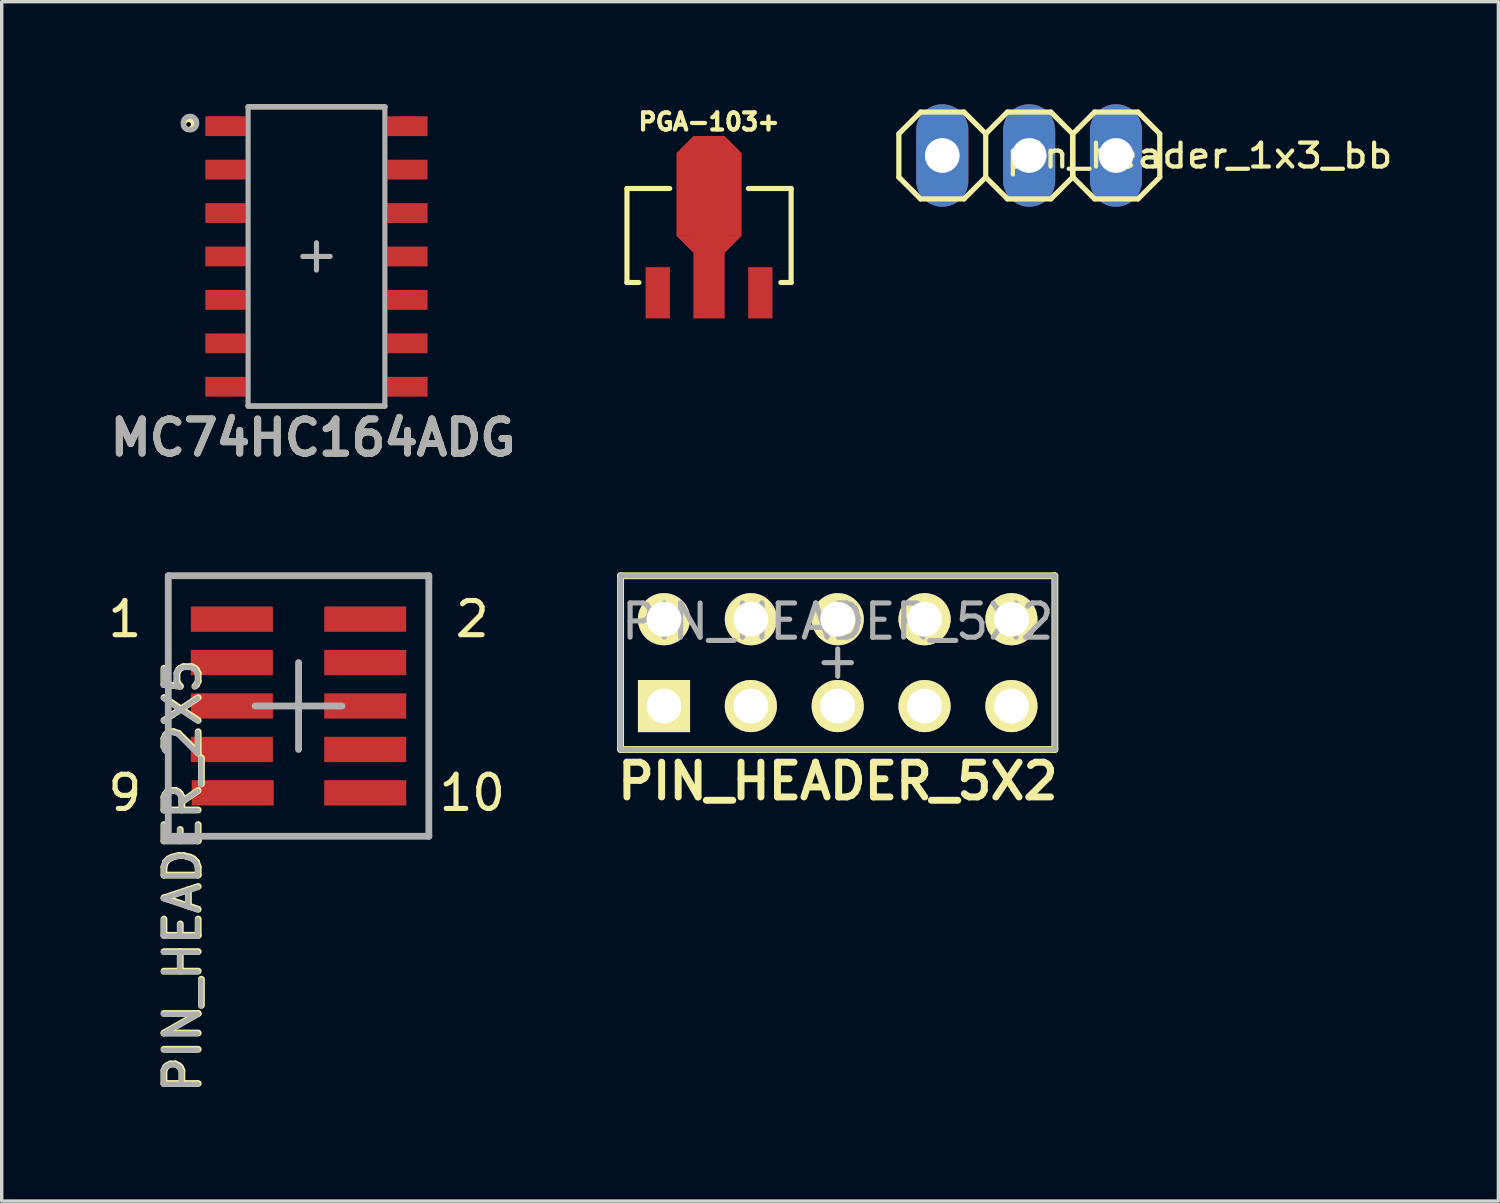
<source format=kicad_pcb>
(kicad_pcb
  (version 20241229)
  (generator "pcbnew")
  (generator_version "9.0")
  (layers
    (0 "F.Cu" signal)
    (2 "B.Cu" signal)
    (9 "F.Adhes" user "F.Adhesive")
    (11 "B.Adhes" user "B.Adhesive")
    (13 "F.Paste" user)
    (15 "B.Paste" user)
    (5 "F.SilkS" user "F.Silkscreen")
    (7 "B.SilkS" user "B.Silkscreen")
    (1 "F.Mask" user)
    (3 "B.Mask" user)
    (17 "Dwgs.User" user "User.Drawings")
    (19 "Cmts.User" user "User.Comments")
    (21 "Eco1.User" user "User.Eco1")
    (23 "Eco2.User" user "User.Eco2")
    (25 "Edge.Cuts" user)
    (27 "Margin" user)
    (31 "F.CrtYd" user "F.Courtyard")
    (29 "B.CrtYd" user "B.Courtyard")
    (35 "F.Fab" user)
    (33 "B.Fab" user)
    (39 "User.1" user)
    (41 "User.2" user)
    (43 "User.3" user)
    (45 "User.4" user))
  (footprint "MC74HC164ADG"
    (layer "F.Cu")
    (at 6.205 4.45)
    (property "Reference" "MC74HC164ADG" (at -0.1 5.3 0) (layer "F.SilkS") (effects (font (size 1 1) (thickness 0.2))))
    (attr through_hole)
    (fp_line (start -2 -4.375) (end 2 -4.375) (stroke (width 0.15) (type solid)) (layer "F.SilkS"))
    (fp_line (start -2 4.375) (end 2 4.375) (stroke (width 0.15) (type solid)) (layer "F.SilkS"))
    (fp_circle (center -3.74 -3.86) (end -3.633 -3.76) (stroke (width 0.152) (type solid)) (fill no) (layer "F.SilkS"))
    (fp_line (start -2 -4.375) (end -2 4.375) (stroke (width 0.15) (type solid)) (layer "F.Fab"))
    (fp_line (start -2 -4.375) (end 2 -4.375) (stroke (width 0.15) (type solid)) (layer "F.Fab"))
    (fp_line (start -2 4.375) (end 2 4.375) (stroke (width 0.15) (type solid)) (layer "F.Fab"))
    (fp_line (start -0.4 0) (end 0.4 0) (stroke (width 0.15) (type solid)) (layer "F.Fab"))
    (fp_line (start 0 -0.4) (end 0 0.4) (stroke (width 0.15) (type solid)) (layer "F.Fab"))
    (fp_line (start 2 -4.375) (end 2 4.375) (stroke (width 0.15) (type solid)) (layer "F.Fab"))
    (fp_circle (center -3.7 -3.9) (end -3.5 -3.9) (stroke (width 0.15) (type solid)) (fill no) (layer "F.Fab"))
    (fp_text user "${REFERENCE}" (at -0.1 5.3 0) (layer "F.Fab") (effects (font (size 1 1) (thickness 0.2))))
    (pad "1" smd rect (at -2.66 -3.81) (size 1.18 0.58) (layers "F.Cu" "F.Mask" "F.Paste"))
    (pad "2" smd rect (at -2.66 -2.54) (size 1.18 0.58) (layers "F.Cu" "F.Mask" "F.Paste"))
    (pad "3" smd rect (at -2.66 -1.27) (size 1.18 0.58) (layers "F.Cu" "F.Mask" "F.Paste"))
    (pad "4" smd rect (at -2.66 0) (size 1.18 0.58) (layers "F.Cu" "F.Mask" "F.Paste"))
    (pad "5" smd rect (at -2.66 1.27) (size 1.18 0.58) (layers "F.Cu" "F.Mask" "F.Paste"))
    (pad "6" smd rect (at -2.66 2.54) (size 1.18 0.58) (layers "F.Cu" "F.Mask" "F.Paste"))
    (pad "7" smd rect (at -2.66 3.81) (size 1.18 0.58) (layers "F.Cu" "F.Mask" "F.Paste"))
    (pad "8" smd rect (at 2.66 3.81) (size 1.18 0.58) (layers "F.Cu" "F.Mask" "F.Paste"))
    (pad "9" smd rect (at 2.66 2.54) (size 1.18 0.58) (layers "F.Cu" "F.Mask" "F.Paste"))
    (pad "10" smd rect (at 2.66 1.27) (size 1.18 0.58) (layers "F.Cu" "F.Mask" "F.Paste"))
    (pad "11" smd rect (at 2.66 0) (size 1.18 0.58) (layers "F.Cu" "F.Mask" "F.Paste"))
    (pad "12" smd rect (at 2.66 -1.27) (size 1.18 0.58) (layers "F.Cu" "F.Mask" "F.Paste"))
    (pad "13" smd rect (at 2.66 -2.54) (size 1.18 0.58) (layers "F.Cu" "F.Mask" "F.Paste"))
    (pad "14" smd rect (at 2.66 -3.81) (size 1.18 0.58) (layers "F.Cu" "F.Mask" "F.Paste")))
  (footprint "PIN_HEADER_5X2"
    (layer "F.Cu")
    (at 21.448 16.328)
    (property "Reference" "PIN_HEADER_5X2" (at 0.004 3.468 0) (layer "F.SilkS") (effects (font (size 1.016 1.016) (thickness 0.203))))
    (attr through_hole)
    (fp_line (start -6.35 2.54) (end -6.35 -2.54) (stroke (width 0.203) (type solid)) (layer "F.SilkS"))
    (fp_line (start -6.35 2.54) (end 6.35 2.54) (stroke (width 0.2) (type solid)) (layer "F.SilkS"))
    (fp_line (start 6.35 -2.54) (end -6.35 -2.54) (stroke (width 0.2) (type solid)) (layer "F.SilkS"))
    (fp_line (start 6.35 -2.54) (end 6.35 2.54) (stroke (width 0.203) (type solid)) (layer "F.SilkS"))
    (fp_line (start -6.35 -2.54) (end 6.35 -2.54) (stroke (width 0.15) (type solid)) (layer "F.Fab"))
    (fp_line (start -6.35 2.54) (end -6.35 -2.54) (stroke (width 0.15) (type solid)) (layer "F.Fab"))
    (fp_line (start -0.4 0) (end 0.4 0) (stroke (width 0.15) (type solid)) (layer "F.Fab"))
    (fp_line (start 0 -0.4) (end 0 0.4) (stroke (width 0.15) (type solid)) (layer "F.Fab"))
    (fp_line (start 6.35 -2.54) (end 6.35 2.54) (stroke (width 0.15) (type solid)) (layer "F.Fab"))
    (fp_line (start 6.35 2.54) (end -6.35 2.54) (stroke (width 0.15) (type solid)) (layer "F.Fab"))
    (fp_circle (center -5.14 1.4) (end -4.94 1.2) (stroke (width 0.15) (type solid)) (fill no) (layer "F.Fab"))
    (fp_text user "${REFERENCE}" (at 0 -1.2 0) (layer "F.Fab") (effects (font (size 1 1) (thickness 0.15))))
    (pad "1" thru_hole rect (at -5.08 1.27) (size 1.524 1.524) (drill 1.016) (layers "*.Cu" "*.Mask" "F.SilkS"))
    (pad "2" thru_hole circle (at -5.08 -1.27) (size 1.524 1.524) (drill 1.016) (layers "*.Cu" "*.Mask" "F.SilkS"))
    (pad "3" thru_hole circle (at 0 1.27) (size 1.524 1.524) (drill 1.016) (layers "*.Cu" "*.Mask" "F.SilkS"))
    (pad "4" thru_hole circle (at 0 -1.27) (size 1.524 1.524) (drill 1.016) (layers "*.Cu" "*.Mask" "F.SilkS"))
    (pad "5" thru_hole circle (at -2.54 1.27) (size 1.524 1.524) (drill 1.016) (layers "*.Cu" "*.Mask" "F.SilkS"))
    (pad "5" thru_hole circle (at 2.54 1.27) (size 1.524 1.524) (drill 1.016) (layers "*.Cu" "*.Mask" "F.SilkS"))
    (pad "5" thru_hole circle (at 5.08 1.27) (size 1.524 1.524) (drill 1.016) (layers "*.Cu" "*.Mask" "F.SilkS"))
    (pad "6" thru_hole circle (at -2.54 -1.27) (size 1.524 1.524) (drill 1.016) (layers "*.Cu" "*.Mask" "F.SilkS"))
    (pad "6" thru_hole circle (at 2.54 -1.27) (size 1.524 1.524) (drill 1.016) (layers "*.Cu" "*.Mask" "F.SilkS"))
    (pad "6" thru_hole circle (at 5.08 -1.27) (size 1.524 1.524) (drill 1.016) (layers "*.Cu" "*.Mask" "F.SilkS")))
  (footprint "PGA-103+"
    (layer "F.Cu")
    (at 17.685 6.262)
    (property "Reference" "PGA-103+" (at 0 -5.75 0) (layer "F.SilkS") (effects (font (size 0.5 0.5) (thickness 0.125))))
    (attr through_hole)
    (fp_line (start -2.4 -3.8) (end -1.15 -3.8) (stroke (width 0.15) (type solid)) (layer "F.SilkS"))
    (fp_line (start -2.4 -1.05) (end -2.4 -3.8) (stroke (width 0.15) (type solid)) (layer "F.SilkS"))
    (fp_line (start -2.05 -1.05) (end -2.4 -1.05) (stroke (width 0.15) (type solid)) (layer "F.SilkS"))
    (fp_line (start 2.1 -1.05) (end 2.4 -1.05) (stroke (width 0.15) (type solid)) (layer "F.SilkS"))
    (fp_line (start 2.4 -3.8) (end 1.15 -3.8) (stroke (width 0.15) (type solid)) (layer "F.SilkS"))
    (fp_line (start 2.4 -1.05) (end 2.4 -3.8) (stroke (width 0.15) (type solid)) (layer "F.SilkS"))
    (pad "1" smd rect (at -1.499 -0.749) (size 0.711 1.499) (layers "F.Cu" "F.Mask" "F.Paste"))
    (pad "2" smd trapezoid (at 0 -5.086) (size 1.41 0.495) (rect_delta 0 0.495) (layers "F.Cu" "F.Mask" "F.Paste"))
    (pad "2" smd rect (at 0 -3.626) (size 1.905 2.426) (layers "F.Cu" "F.Mask" "F.Paste"))
    (pad "2" smd rect (at 0 -2.667) (size 0.914 5.334) (layers "F.Cu" "F.Mask" "F.Paste"))
    (pad "2" smd trapezoid (at 0 -2.165 180) (size 1.41 0.495) (rect_delta 0 0.495) (layers "F.Cu" "F.Mask" "F.Paste"))
    (pad "3" smd rect (at 1.499 -0.749) (size 0.711 1.499) (layers "F.Cu" "F.Mask" "F.Paste")))
  (footprint "PIN_HEADER_2X5"
    (layer "F.Cu")
    (at 5.681 17.596)
    (property "Reference" "PIN_HEADER_2X5" (at -3.388 4.968 270) (layer "F.SilkS") (effects (font (size 1 1) (thickness 0.2))))
    (attr through_hole)
    (fp_line (start -3.81 -3.81) (end 3.81 -3.81) (stroke (width 0.2) (type solid)) (layer "F.Fab"))
    (fp_line (start -3.81 3.81) (end -3.81 -3.81) (stroke (width 0.2) (type solid)) (layer "F.Fab"))
    (fp_line (start -1.27 0) (end 1.27 0) (stroke (width 0.2) (type solid)) (layer "F.Fab"))
    (fp_line (start 0 -1.27) (end 0 1.27) (stroke (width 0.2) (type solid)) (layer "F.Fab"))
    (fp_line (start 3.81 -3.81) (end 3.81 3.81) (stroke (width 0.2) (type solid)) (layer "F.Fab"))
    (fp_line (start 3.81 3.81) (end -3.81 3.81) (stroke (width 0.2) (type solid)) (layer "F.Fab"))
    (fp_text user "9" (at -5.08 2.54 0) (layer "F.SilkS") (effects (font (size 1 1) (thickness 0.15))))
    (fp_text user "2" (at 5.08 -2.54 0) (layer "F.SilkS") (effects (font (size 1 1) (thickness 0.15))))
    (fp_text user "1" (at -5.08 -2.54 0) (layer "F.SilkS") (effects (font (size 1 1) (thickness 0.15))))
    (fp_text user "10" (at 5.08 2.54 0) (layer "F.SilkS") (effects (font (size 1 1) (thickness 0.15))))
    (fp_text user "${REFERENCE}" (at -3.409 4.989 270) (layer "F.Fab") (effects (font (size 1 1) (thickness 0.15))))
    (pad "1" smd rect (at -1.95 -2.54) (size 2.4 0.74) (layers "F.Cu" "F.Mask" "F.Paste"))
    (pad "2" smd rect (at 1.95 -2.54) (size 2.4 0.74) (layers "F.Cu" "F.Mask" "F.Paste"))
    (pad "3" smd rect (at -1.95 -1.27) (size 2.4 0.74) (layers "F.Cu" "F.Mask" "F.Paste"))
    (pad "4" smd rect (at 1.95 -1.27) (size 2.4 0.74) (layers "F.Cu" "F.Mask" "F.Paste"))
    (pad "5" smd rect (at -1.95 0) (size 2.4 0.74) (layers "F.Cu" "F.Mask" "F.Paste"))
    (pad "6" smd rect (at 1.95 0) (size 2.4 0.74) (layers "F.Cu" "F.Mask" "F.Paste"))
    (pad "7" smd rect (at -1.95 1.27) (size 2.4 0.74) (layers "F.Cu" "F.Mask" "F.Paste"))
    (pad "8" smd rect (at 1.95 1.27) (size 2.4 0.74) (layers "F.Cu" "F.Mask" "F.Paste"))
    (pad "9" smd rect (at -1.925 2.54) (size 2.4 0.74) (layers "F.Cu" "F.Mask" "F.Paste"))
    (pad "10" smd rect (at 1.95 2.54) (size 2.4 0.74) (layers "F.Cu" "F.Mask" "F.Paste")))
  (footprint "pin_header_1x3_bb"
    (layer "F.Cu")
    (at 27.051 1.497)
    (property "Reference" "pin_header_1x3_bb" (at 4.972 0.005 0) (layer "F.SilkS") (effects (font (size 0.699 0.798) (thickness 0.124))))
    (attr smd)
    (fp_line (start -3.815 -0.635) (end -3.18 -1.27) (stroke (width 0.152) (type solid)) (layer "F.SilkS"))
    (fp_line (start -3.815 0.635) (end -3.815 -0.635) (stroke (width 0.152) (type solid)) (layer "F.SilkS"))
    (fp_line (start -3.18 -1.27) (end -1.91 -1.27) (stroke (width 0.152) (type solid)) (layer "F.SilkS"))
    (fp_line (start -3.18 1.27) (end -3.815 0.635) (stroke (width 0.152) (type solid)) (layer "F.SilkS"))
    (fp_line (start -1.91 -1.27) (end -1.275 -0.635) (stroke (width 0.152) (type solid)) (layer "F.SilkS"))
    (fp_line (start -1.91 1.27) (end -3.18 1.27) (stroke (width 0.152) (type solid)) (layer "F.SilkS"))
    (fp_line (start -1.275 -0.635) (end -0.64 -1.27) (stroke (width 0.152) (type solid)) (layer "F.SilkS"))
    (fp_line (start -1.275 -0.599) (end -1.275 0.599) (stroke (width 0.152) (type solid)) (layer "F.SilkS"))
    (fp_line (start -1.275 0.635) (end -1.91 1.27) (stroke (width 0.152) (type solid)) (layer "F.SilkS"))
    (fp_line (start -0.64 -1.27) (end 0.63 -1.27) (stroke (width 0.152) (type solid)) (layer "F.SilkS"))
    (fp_line (start -0.64 1.27) (end -1.275 0.635) (stroke (width 0.152) (type solid)) (layer "F.SilkS"))
    (fp_line (start 0.63 -1.27) (end 1.265 -0.635) (stroke (width 0.152) (type solid)) (layer "F.SilkS"))
    (fp_line (start 0.63 1.27) (end -0.64 1.27) (stroke (width 0.152) (type solid)) (layer "F.SilkS"))
    (fp_line (start 1.265 -0.635) (end 1.265 0.635) (stroke (width 0.152) (type solid)) (layer "F.SilkS"))
    (fp_line (start 1.265 0.635) (end 0.63 1.27) (stroke (width 0.152) (type solid)) (layer "F.SilkS"))
    (fp_line (start 1.275 -0.635) (end 1.91 -1.27) (stroke (width 0.152) (type solid)) (layer "F.SilkS"))
    (fp_line (start 1.275 -0.599) (end 1.275 0.599) (stroke (width 0.152) (type solid)) (layer "F.SilkS"))
    (fp_line (start 1.91 -1.27) (end 3.18 -1.27) (stroke (width 0.152) (type solid)) (layer "F.SilkS"))
    (fp_line (start 1.91 1.27) (end 1.275 0.635) (stroke (width 0.152) (type solid)) (layer "F.SilkS"))
    (fp_line (start 3.18 -1.27) (end 3.815 -0.635) (stroke (width 0.152) (type solid)) (layer "F.SilkS"))
    (fp_line (start 3.18 1.27) (end 1.91 1.27) (stroke (width 0.152) (type solid)) (layer "F.SilkS"))
    (fp_line (start 3.815 -0.635) (end 3.815 0.635) (stroke (width 0.152) (type solid)) (layer "F.SilkS"))
    (fp_line (start 3.815 0.635) (end 3.18 1.27) (stroke (width 0.152) (type solid)) (layer "F.SilkS"))
    (pad "1" thru_hole oval (at -2.545 0) (size 1.524 2.995) (drill 1.016) (layers "*.Cu" "*.Mask" "B.Paste"))
    (pad "2" thru_hole oval (at -0.005 0) (size 1.524 2.995) (drill 1.016) (layers "*.Cu" "*.Mask" "B.Paste"))
    (pad "3" thru_hole oval (at 2.535 0) (size 1.524 2.995) (drill 1.016) (layers "*.Cu" "*.Mask" "B.Paste")))
  (gr_rect
    (start -3 -3)
    (end 40.769 32.074)
    (stroke (width 0.1) (type default))
    (fill no)
    (layer "Edge.Cuts")))
</source>
